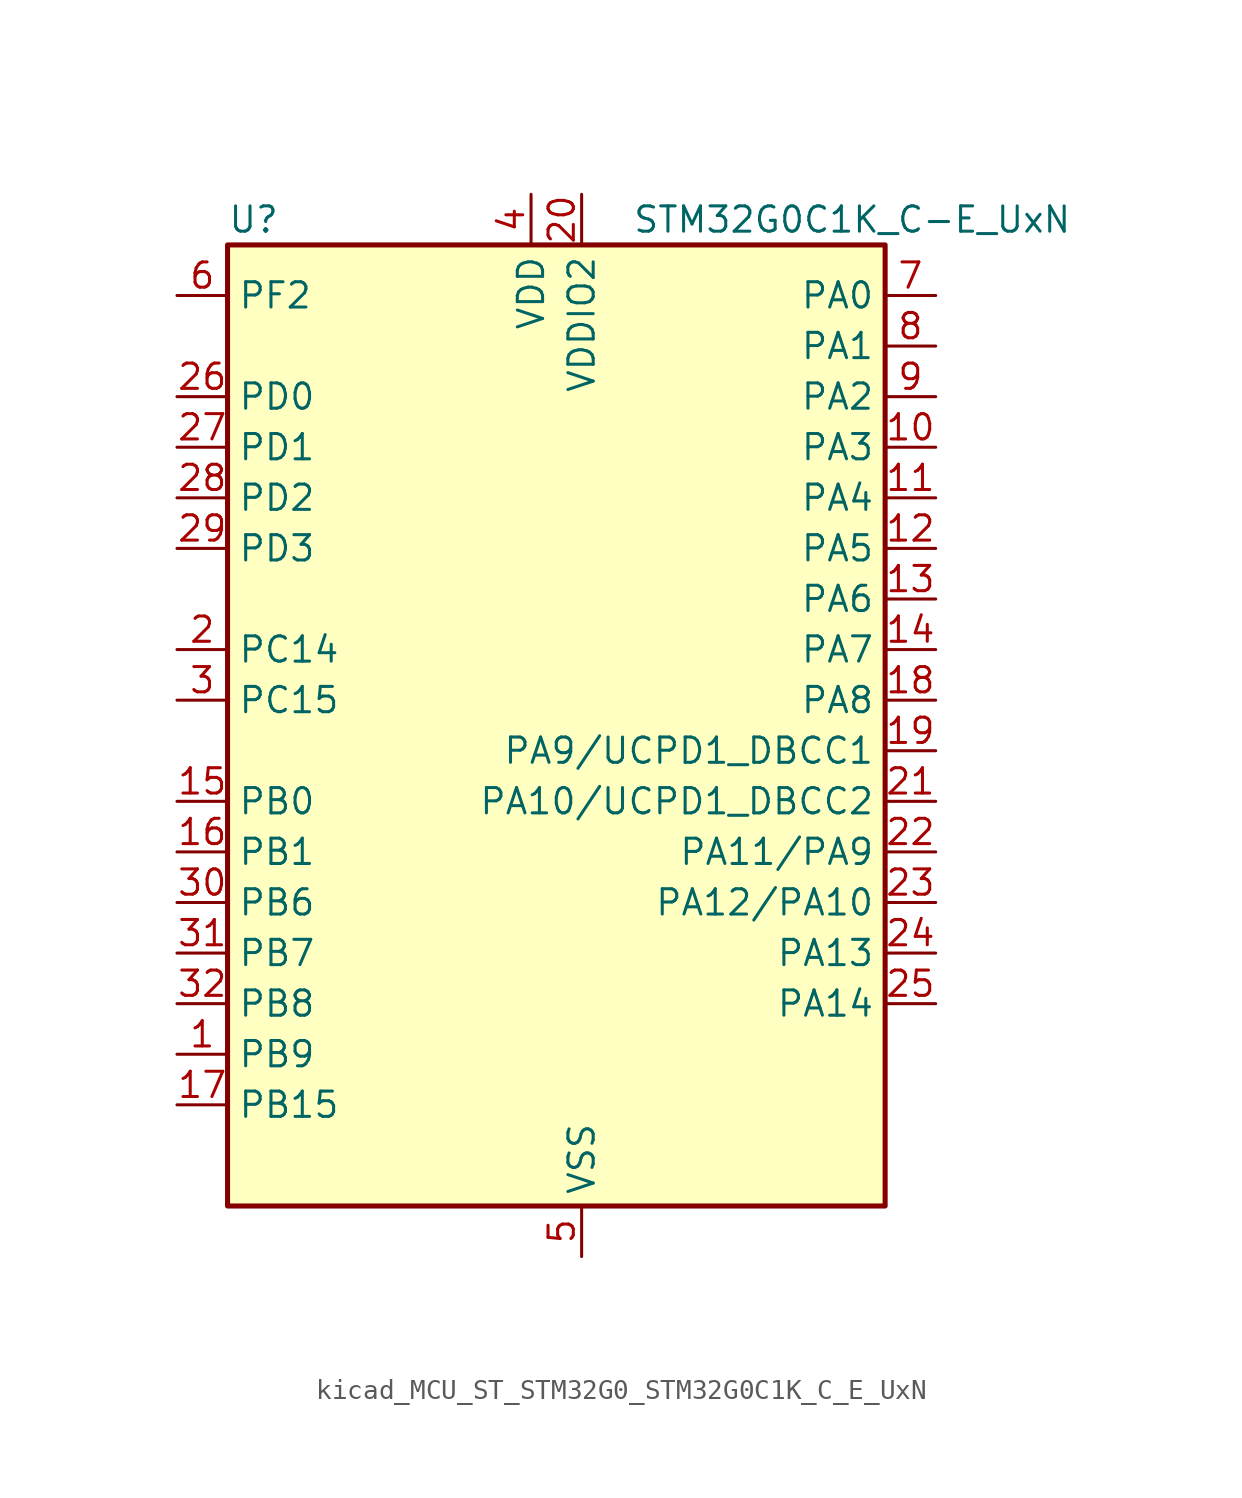
<source format=kicad_sym>
(kicad_symbol_lib
  (version 20220914)
  (generator kicad_symbol_editor)
  (symbol "kicad_MCU_ST_STM32G0_STM32G0C1K_C_E_UxN"
    (property "Reference" "U"
      (at -15.24 26.67 0)
      (effects (font (size 1.27 1.27)) (justify left)))
    (property "Value" "STM32G0C1K_C-E_UxN"
      (at 5.08 26.67 0)
      (effects (font (size 1.27 1.27)) (justify left)))
    (property "ki_locked" ""
      (at 0 0 0)
      (effects (font (size 1.27 1.27))))
    (symbol "kicad_MCU_ST_STM32G0_STM32G0C1K_C_E_UxN_0_1"
      (rectangle (start -15.24 -22.86) (end 17.78 25.4) (stroke (width 0.254) (type default)) (fill (type background))))
    (symbol "kicad_MCU_ST_STM32G0_STM32G0C1K_C_E_UxN_1_1"
      (pin bidirectional line (at -17.78 -15.24 0) (length 2.54) (name "PB9" (effects (font (size 1.27 1.27)))) (number "1" (effects (font (size 1.27 1.27)))) (alternate "DAC1_EXTI9" bidirectional line) (alternate "FDCAN1_TX" bidirectional line) (alternate "I2C1_SDA" bidirectional line) (alternate "I2S2_WS" bidirectional line) (alternate "IR_OUT" bidirectional line) (alternate "SPI2_NSS" bidirectional line) (alternate "TIM17_CH1" bidirectional line) (alternate "TIM4_CH4" bidirectional line) (alternate "UCPD2_FRSTX1" bidirectional line) (alternate "UCPD2_FRSTX2" bidirectional line) (alternate "USART3_RX" bidirectional line) (alternate "USART6_RX" bidirectional line))
      (pin bidirectional line (at 20.32 15.24 180) (length 2.54) (name "PA3" (effects (font (size 1.27 1.27)))) (number "10" (effects (font (size 1.27 1.27)))) (alternate "ADC1_IN3" bidirectional line) (alternate "COMP2_INP" bidirectional line) (alternate "I2S2_MCK" bidirectional line) (alternate "LPUART1_RX" bidirectional line) (alternate "SPI2_MISO" bidirectional line) (alternate "TIM15_CH2" bidirectional line) (alternate "TIM2_CH4" bidirectional line) (alternate "UCPD2_FRSTX1" bidirectional line) (alternate "UCPD2_FRSTX2" bidirectional line) (alternate "USART2_RX" bidirectional line))
      (pin bidirectional line (at 20.32 12.7 180) (length 2.54) (name "PA4" (effects (font (size 1.27 1.27)))) (number "11" (effects (font (size 1.27 1.27)))) (alternate "ADC1_IN4" bidirectional line) (alternate "DAC1_OUT1" bidirectional line) (alternate "I2S1_WS" bidirectional line) (alternate "I2S2_SD" bidirectional line) (alternate "LPTIM2_OUT" bidirectional line) (alternate "RTC_OUT1" bidirectional line) (alternate "RTC_TAMP_IN1" bidirectional line) (alternate "RTC_TS" bidirectional line) (alternate "SPI1_NSS" bidirectional line) (alternate "SPI2_MOSI" bidirectional line) (alternate "SYS_WKUP2" bidirectional line) (alternate "TIM14_CH1" bidirectional line) (alternate "UCPD2_FRSTX1" bidirectional line) (alternate "UCPD2_FRSTX2" bidirectional line) (alternate "USART6_TX" bidirectional line) (alternate "USB_NOE" bidirectional line))
      (pin bidirectional line (at 20.32 10.16 180) (length 2.54) (name "PA5" (effects (font (size 1.27 1.27)))) (number "12" (effects (font (size 1.27 1.27)))) (alternate "ADC1_IN5" bidirectional line) (alternate "CEC" bidirectional line) (alternate "DAC1_OUT2" bidirectional line) (alternate "I2S1_CK" bidirectional line) (alternate "LPTIM2_ETR" bidirectional line) (alternate "SPI1_SCK" bidirectional line) (alternate "TIM2_CH1" bidirectional line) (alternate "TIM2_ETR" bidirectional line) (alternate "UCPD1_FRSTX1" bidirectional line) (alternate "UCPD1_FRSTX2" bidirectional line) (alternate "USART3_TX" bidirectional line) (alternate "USART6_RX" bidirectional line))
      (pin bidirectional line (at 20.32 7.62 180) (length 2.54) (name "PA6" (effects (font (size 1.27 1.27)))) (number "13" (effects (font (size 1.27 1.27)))) (alternate "ADC1_IN6" bidirectional line) (alternate "COMP1_OUT" bidirectional line) (alternate "I2C2_SDA" bidirectional line) (alternate "I2C3_SDA" bidirectional line) (alternate "I2S1_MCK" bidirectional line) (alternate "LPUART1_CTS" bidirectional line) (alternate "SPI1_MISO" bidirectional line) (alternate "TIM16_CH1" bidirectional line) (alternate "TIM1_BK" bidirectional line) (alternate "TIM3_CH1" bidirectional line) (alternate "USART3_CTS" bidirectional line) (alternate "USART3_NSS" bidirectional line) (alternate "USART6_CTS" bidirectional line) (alternate "USART6_NSS" bidirectional line))
      (pin bidirectional line (at 20.32 5.08 180) (length 2.54) (name "PA7" (effects (font (size 1.27 1.27)))) (number "14" (effects (font (size 1.27 1.27)))) (alternate "ADC1_IN7" bidirectional line) (alternate "COMP2_OUT" bidirectional line) (alternate "I2C2_SCL" bidirectional line) (alternate "I2C3_SCL" bidirectional line) (alternate "I2S1_SD" bidirectional line) (alternate "SPI1_MOSI" bidirectional line) (alternate "TIM14_CH1" bidirectional line) (alternate "TIM17_CH1" bidirectional line) (alternate "TIM1_CH1N" bidirectional line) (alternate "TIM3_CH2" bidirectional line) (alternate "UCPD1_FRSTX1" bidirectional line) (alternate "UCPD1_FRSTX2" bidirectional line) (alternate "USART6_CK" bidirectional line) (alternate "USART6_DE" bidirectional line) (alternate "USART6_RTS" bidirectional line))
      (pin bidirectional line (at -17.78 -2.54 0) (length 2.54) (name "PB0" (effects (font (size 1.27 1.27)))) (number "15" (effects (font (size 1.27 1.27)))) (alternate "ADC1_IN8" bidirectional line) (alternate "COMP1_OUT" bidirectional line) (alternate "COMP3_INP" bidirectional line) (alternate "FDCAN2_RX" bidirectional line) (alternate "I2S1_WS" bidirectional line) (alternate "LPTIM1_OUT" bidirectional line) (alternate "LPUART2_CTS" bidirectional line) (alternate "SPI1_NSS" bidirectional line) (alternate "TIM1_CH2N" bidirectional line) (alternate "TIM3_CH3" bidirectional line) (alternate "UCPD1_FRSTX1" bidirectional line) (alternate "UCPD1_FRSTX2" bidirectional line) (alternate "USART3_RX" bidirectional line) (alternate "USART5_TX" bidirectional line))
      (pin bidirectional line (at -17.78 -5.08 0) (length 2.54) (name "PB1" (effects (font (size 1.27 1.27)))) (number "16" (effects (font (size 1.27 1.27)))) (alternate "ADC1_IN9" bidirectional line) (alternate "COMP1_INM" bidirectional line) (alternate "COMP3_OUT" bidirectional line) (alternate "FDCAN2_TX" bidirectional line) (alternate "LPTIM2_IN1" bidirectional line) (alternate "LPUART1_DE" bidirectional line) (alternate "LPUART1_RTS" bidirectional line) (alternate "LPUART2_DE" bidirectional line) (alternate "LPUART2_RTS" bidirectional line) (alternate "TIM14_CH1" bidirectional line) (alternate "TIM1_CH3N" bidirectional line) (alternate "TIM3_CH4" bidirectional line) (alternate "USART3_CK" bidirectional line) (alternate "USART3_DE" bidirectional line) (alternate "USART3_RTS" bidirectional line) (alternate "USART5_RX" bidirectional line))
      (pin bidirectional line (at -17.78 -17.78 0) (length 2.54) (name "PB15" (effects (font (size 1.27 1.27)))) (number "17" (effects (font (size 1.27 1.27)))) (alternate "I2S2_SD" bidirectional line) (alternate "RTC_REFIN" bidirectional line) (alternate "SPI2_MOSI" bidirectional line) (alternate "TIM15_CH1N" bidirectional line) (alternate "TIM15_CH2" bidirectional line) (alternate "TIM1_CH3N" bidirectional line) (alternate "UCPD1_CC2" bidirectional line) (alternate "USART6_CTS" bidirectional line) (alternate "USART6_NSS" bidirectional line))
      (pin bidirectional line (at 20.32 2.54 180) (length 2.54) (name "PA8" (effects (font (size 1.27 1.27)))) (number "18" (effects (font (size 1.27 1.27)))) (alternate "CRS1_SYNC" bidirectional line) (alternate "I2C2_SMBA" bidirectional line) (alternate "I2S2_WS" bidirectional line) (alternate "LPTIM2_OUT" bidirectional line) (alternate "RCC_MCO" bidirectional line) (alternate "SPI2_NSS" bidirectional line) (alternate "TIM1_CH1" bidirectional line) (alternate "UCPD1_CC1" bidirectional line))
      (pin bidirectional line (at 20.32 0 180) (length 2.54) (name "PA9/UCPD1_DBCC1" (effects (font (size 1.27 1.27)))) (number "19" (effects (font (size 1.27 1.27)))) (alternate "DAC1_EXTI9" bidirectional line) (alternate "I2C1_SCL" bidirectional line) (alternate "I2C2_SCL" bidirectional line) (alternate "I2S2_MCK" bidirectional line) (alternate "RCC_MCO" bidirectional line) (alternate "SPI2_MISO" bidirectional line) (alternate "TIM15_BK" bidirectional line) (alternate "TIM1_CH2" bidirectional line) (alternate "UCPD1_DBCC1" bidirectional line) (alternate "USART1_TX" bidirectional line))
      (pin bidirectional line (at -17.78 5.08 0) (length 2.54) (name "PC14" (effects (font (size 1.27 1.27)))) (number "2" (effects (font (size 1.27 1.27)))) (alternate "RCC_OSC32_IN" bidirectional line) (alternate "RCC_OSC_IN" bidirectional line) (alternate "TIM1_BK2" bidirectional line))
      (pin power_in line (at 2.54 27.94 270) (length 2.54) (name "VDDIO2" (effects (font (size 1.27 1.27)))) (number "20" (effects (font (size 1.27 1.27)))))
      (pin bidirectional line (at 20.32 -2.54 180) (length 2.54) (name "PA10/UCPD1_DBCC2" (effects (font (size 1.27 1.27)))) (number "21" (effects (font (size 1.27 1.27)))) (alternate "I2C1_SDA" bidirectional line) (alternate "I2C2_SDA" bidirectional line) (alternate "I2S2_SD" bidirectional line) (alternate "RCC_MCO_2" bidirectional line) (alternate "SPI2_MOSI" bidirectional line) (alternate "TIM17_BK" bidirectional line) (alternate "TIM1_CH3" bidirectional line) (alternate "UCPD1_DBCC2" bidirectional line) (alternate "USART1_RX" bidirectional line))
      (pin bidirectional line (at 20.32 -5.08 180) (length 2.54) (name "PA11/PA9" (effects (font (size 1.27 1.27)))) (number "22" (effects (font (size 1.27 1.27)))) (alternate "ADC1_EXTI11" bidirectional line) (alternate "COMP1_OUT" bidirectional line) (alternate "FDCAN1_RX" bidirectional line) (alternate "I2C2_SCL" bidirectional line) (alternate "I2S1_MCK" bidirectional line) (alternate "SPI1_MISO" bidirectional line) (alternate "TIM1_BK2" bidirectional line) (alternate "TIM1_CH4" bidirectional line) (alternate "USART1_CTS" bidirectional line) (alternate "USART1_NSS" bidirectional line) (alternate "USB_DM" bidirectional line))
      (pin bidirectional line (at 20.32 -7.62 180) (length 2.54) (name "PA12/PA10" (effects (font (size 1.27 1.27)))) (number "23" (effects (font (size 1.27 1.27)))) (alternate "COMP2_OUT" bidirectional line) (alternate "FDCAN1_TX" bidirectional line) (alternate "I2C2_SDA" bidirectional line) (alternate "I2S1_SD" bidirectional line) (alternate "I2S_CKIN" bidirectional line) (alternate "SPI1_MOSI" bidirectional line) (alternate "TIM1_ETR" bidirectional line) (alternate "USART1_CK" bidirectional line) (alternate "USART1_DE" bidirectional line) (alternate "USART1_RTS" bidirectional line) (alternate "USB_DP" bidirectional line))
      (pin bidirectional line (at 20.32 -10.16 180) (length 2.54) (name "PA13" (effects (font (size 1.27 1.27)))) (number "24" (effects (font (size 1.27 1.27)))) (alternate "IR_OUT" bidirectional line) (alternate "LPUART2_RX" bidirectional line) (alternate "SYS_SWDIO" bidirectional line) (alternate "USB_NOE" bidirectional line))
      (pin bidirectional line (at 20.32 -12.7 180) (length 2.54) (name "PA14" (effects (font (size 1.27 1.27)))) (number "25" (effects (font (size 1.27 1.27)))) (alternate "LPUART2_TX" bidirectional line) (alternate "SYS_SWCLK" bidirectional line) (alternate "USART2_TX" bidirectional line))
      (pin bidirectional line (at -17.78 17.78 0) (length 2.54) (name "PD0" (effects (font (size 1.27 1.27)))) (number "26" (effects (font (size 1.27 1.27)))) (alternate "FDCAN1_RX" bidirectional line) (alternate "I2S2_WS" bidirectional line) (alternate "SPI2_NSS" bidirectional line) (alternate "TIM16_CH1" bidirectional line) (alternate "UCPD2_CC1" bidirectional line))
      (pin bidirectional line (at -17.78 15.24 0) (length 2.54) (name "PD1" (effects (font (size 1.27 1.27)))) (number "27" (effects (font (size 1.27 1.27)))) (alternate "FDCAN1_TX" bidirectional line) (alternate "I2S2_CK" bidirectional line) (alternate "SPI2_SCK" bidirectional line) (alternate "TIM17_CH1" bidirectional line) (alternate "UCPD2_DBCC1" bidirectional line))
      (pin bidirectional line (at -17.78 12.7 0) (length 2.54) (name "PD2" (effects (font (size 1.27 1.27)))) (number "28" (effects (font (size 1.27 1.27)))) (alternate "TIM1_CH1N" bidirectional line) (alternate "TIM3_ETR" bidirectional line) (alternate "UCPD2_CC2" bidirectional line) (alternate "USART3_CK" bidirectional line) (alternate "USART3_DE" bidirectional line) (alternate "USART3_RTS" bidirectional line) (alternate "USART5_RX" bidirectional line))
      (pin bidirectional line (at -17.78 10.16 0) (length 2.54) (name "PD3" (effects (font (size 1.27 1.27)))) (number "29" (effects (font (size 1.27 1.27)))) (alternate "I2S2_MCK" bidirectional line) (alternate "SPI2_MISO" bidirectional line) (alternate "TIM1_CH2N" bidirectional line) (alternate "UCPD2_DBCC2" bidirectional line) (alternate "USART2_CTS" bidirectional line) (alternate "USART2_NSS" bidirectional line) (alternate "USART5_TX" bidirectional line))
      (pin bidirectional line (at -17.78 2.54 0) (length 2.54) (name "PC15" (effects (font (size 1.27 1.27)))) (number "3" (effects (font (size 1.27 1.27)))) (alternate "RCC_OSC32_EN" bidirectional line) (alternate "RCC_OSC32_OUT" bidirectional line) (alternate "RCC_OSC_EN" bidirectional line) (alternate "TIM15_BK" bidirectional line))
      (pin bidirectional line (at -17.78 -7.62 0) (length 2.54) (name "PB6" (effects (font (size 1.27 1.27)))) (number "30" (effects (font (size 1.27 1.27)))) (alternate "COMP2_INP" bidirectional line) (alternate "FDCAN2_TX" bidirectional line) (alternate "I2C1_SCL" bidirectional line) (alternate "I2S2_MCK" bidirectional line) (alternate "LPTIM1_ETR" bidirectional line) (alternate "LPUART2_TX" bidirectional line) (alternate "SPI2_MISO" bidirectional line) (alternate "TIM16_CH1N" bidirectional line) (alternate "TIM1_CH3" bidirectional line) (alternate "TIM4_CH1" bidirectional line) (alternate "USART1_TX" bidirectional line) (alternate "USART5_CTS" bidirectional line) (alternate "USART5_NSS" bidirectional line))
      (pin bidirectional line (at -17.78 -10.16 0) (length 2.54) (name "PB7" (effects (font (size 1.27 1.27)))) (number "31" (effects (font (size 1.27 1.27)))) (alternate "COMP2_INM" bidirectional line) (alternate "I2C1_SDA" bidirectional line) (alternate "I2S2_SD" bidirectional line) (alternate "LPTIM1_IN2" bidirectional line) (alternate "LPUART2_RX" bidirectional line) (alternate "SPI2_MOSI" bidirectional line) (alternate "SYS_PVD_IN" bidirectional line) (alternate "TIM17_CH1N" bidirectional line) (alternate "TIM4_CH2" bidirectional line) (alternate "USART1_RX" bidirectional line) (alternate "USART4_CTS" bidirectional line) (alternate "USART4_NSS" bidirectional line))
      (pin bidirectional line (at -17.78 -12.7 0) (length 2.54) (name "PB8" (effects (font (size 1.27 1.27)))) (number "32" (effects (font (size 1.27 1.27)))) (alternate "CEC" bidirectional line) (alternate "FDCAN1_RX" bidirectional line) (alternate "I2C1_SCL" bidirectional line) (alternate "I2S2_CK" bidirectional line) (alternate "SPI2_SCK" bidirectional line) (alternate "TIM15_BK" bidirectional line) (alternate "TIM16_CH1" bidirectional line) (alternate "TIM4_CH3" bidirectional line) (alternate "USART3_TX" bidirectional line) (alternate "USART6_TX" bidirectional line))
      (pin passive line (at 2.54 -25.4 90) (length 2.54) hide (name "VSS" (effects (font (size 1.27 1.27)))) (number "33" (effects (font (size 1.27 1.27)))))
      (pin power_in line (at 0 27.94 270) (length 2.54) (name "VDD" (effects (font (size 1.27 1.27)))) (number "4" (effects (font (size 1.27 1.27)))))
      (pin power_in line (at 2.54 -25.4 90) (length 2.54) (name "VSS" (effects (font (size 1.27 1.27)))) (number "5" (effects (font (size 1.27 1.27)))))
      (pin bidirectional line (at -17.78 22.86 0) (length 2.54) (name "PF2" (effects (font (size 1.27 1.27)))) (number "6" (effects (font (size 1.27 1.27)))) (alternate "LPUART2_DE" bidirectional line) (alternate "LPUART2_RTS" bidirectional line) (alternate "LPUART2_TX" bidirectional line) (alternate "RCC_MCO" bidirectional line))
      (pin bidirectional line (at 20.32 22.86 180) (length 2.54) (name "PA0" (effects (font (size 1.27 1.27)))) (number "7" (effects (font (size 1.27 1.27)))) (alternate "ADC1_IN0" bidirectional line) (alternate "COMP1_INM" bidirectional line) (alternate "COMP1_OUT" bidirectional line) (alternate "I2S2_CK" bidirectional line) (alternate "LPTIM1_OUT" bidirectional line) (alternate "RTC_TAMP_IN2" bidirectional line) (alternate "SPI2_SCK" bidirectional line) (alternate "SYS_WKUP1" bidirectional line) (alternate "TIM2_CH1" bidirectional line) (alternate "TIM2_ETR" bidirectional line) (alternate "UCPD2_FRSTX1" bidirectional line) (alternate "UCPD2_FRSTX2" bidirectional line) (alternate "USART2_CTS" bidirectional line) (alternate "USART2_NSS" bidirectional line) (alternate "USART4_TX" bidirectional line))
      (pin bidirectional line (at 20.32 20.32 180) (length 2.54) (name "PA1" (effects (font (size 1.27 1.27)))) (number "8" (effects (font (size 1.27 1.27)))) (alternate "ADC1_IN1" bidirectional line) (alternate "COMP1_INP" bidirectional line) (alternate "I2C1_SMBA" bidirectional line) (alternate "I2S1_CK" bidirectional line) (alternate "SPI1_SCK" bidirectional line) (alternate "TIM15_CH1N" bidirectional line) (alternate "TIM2_CH2" bidirectional line) (alternate "USART2_CK" bidirectional line) (alternate "USART2_DE" bidirectional line) (alternate "USART2_RTS" bidirectional line) (alternate "USART4_RX" bidirectional line))
      (pin bidirectional line (at 20.32 17.78 180) (length 2.54) (name "PA2" (effects (font (size 1.27 1.27)))) (number "9" (effects (font (size 1.27 1.27)))) (alternate "ADC1_IN2" bidirectional line) (alternate "COMP2_INM" bidirectional line) (alternate "COMP2_OUT" bidirectional line) (alternate "I2S1_SD" bidirectional line) (alternate "LPUART1_TX" bidirectional line) (alternate "RCC_LSCO" bidirectional line) (alternate "SPI1_MOSI" bidirectional line) (alternate "SYS_WKUP4" bidirectional line) (alternate "TIM15_CH1" bidirectional line) (alternate "TIM2_CH3" bidirectional line) (alternate "UCPD1_FRSTX1" bidirectional line) (alternate "UCPD1_FRSTX2" bidirectional line) (alternate "USART2_TX" bidirectional line)))))
</source>
